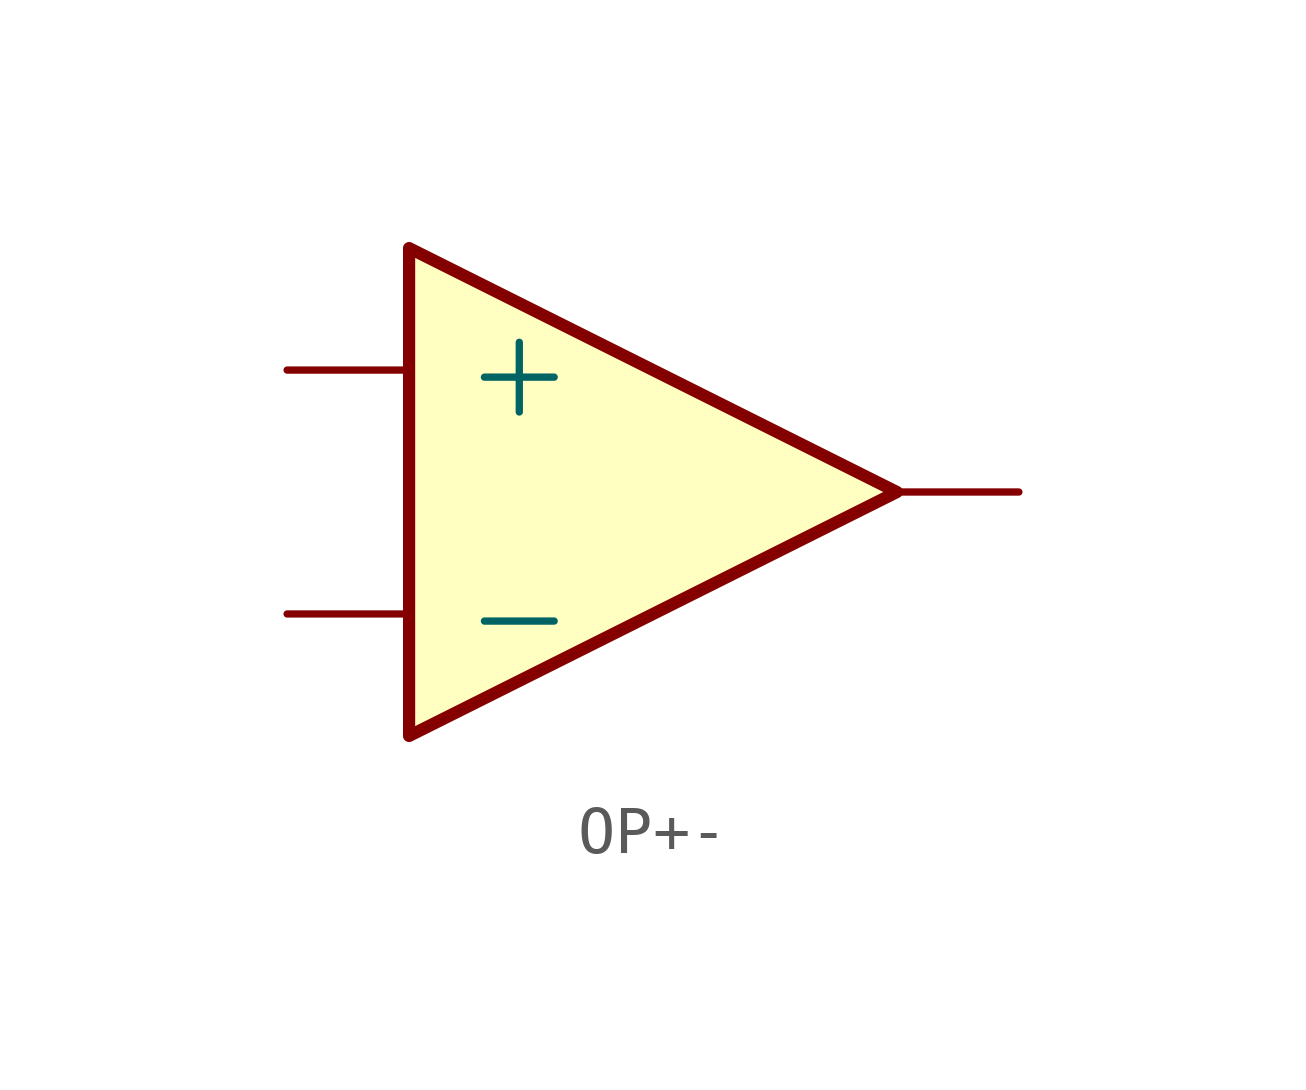
<source format=kicad_sym>
(kicad_symbol_lib
  (version 20231120)
  (generator "kicad_symbol_editor")
  (generator_version "8.0")
  (symbol "OP+-"
    (pin_numbers hide)
    (pin_names
      (offset 1.016))
    (property "Reference" "U"
      (at 1.27 3.81 0)
      (effects (font (size 1.524 1.524)) (justify left) (hide yes)))
    (property "Footprint" ""
      (at 0 0 0)
      (effects (font (size 1.524 1.524))))
    (property "Datasheet" ""
      (at 0 0 0)
      (effects (font (size 1.524 1.524))))
    (symbol "OP+-_0_1"
      (polyline (pts (xy -5.08 5.08) (xy 5.08 0) (xy -5.08 -5.08) (xy -5.08 5.08)) (stroke (width 0.254) (type default)) (fill (type background))))
    (symbol "OP+-_1_1"
      (pin output line (at 7.62 0 180) (length 2.54) (name "~" (effects (font (size 1.016 1.016)))) (number "1" (effects (font (size 1.016 1.016)))))
      (pin input line (at -7.62 -2.54 0) (length 2.54) (name "-" (effects (font (size 1.905 1.905)))) (number "2" (effects (font (size 1.016 1.016)))))
      (pin input line (at -7.62 2.54 0) (length 2.54) (name "+" (effects (font (size 1.905 1.905)))) (number "3" (effects (font (size 1.016 1.016))))))))
</source>
